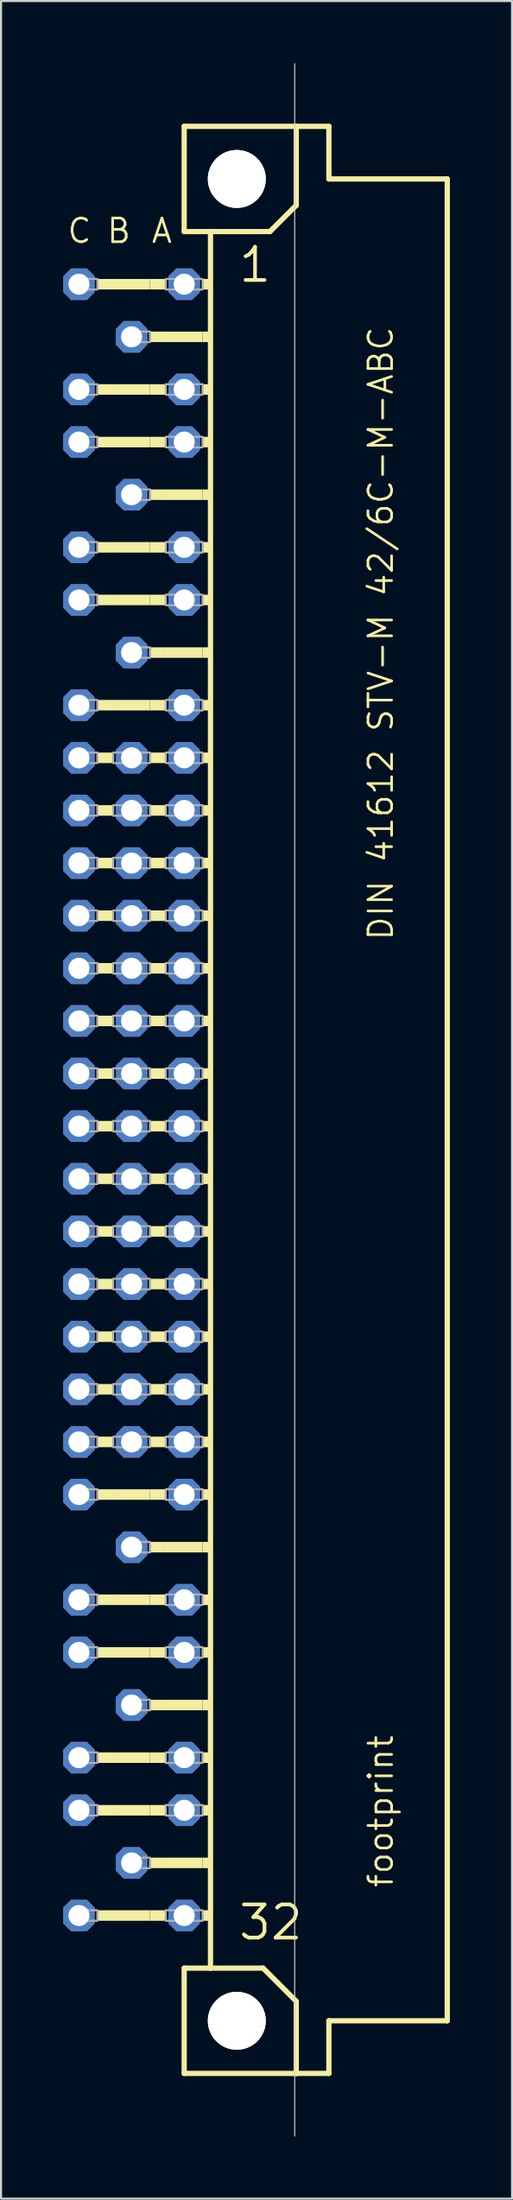
<source format=kicad_pcb>
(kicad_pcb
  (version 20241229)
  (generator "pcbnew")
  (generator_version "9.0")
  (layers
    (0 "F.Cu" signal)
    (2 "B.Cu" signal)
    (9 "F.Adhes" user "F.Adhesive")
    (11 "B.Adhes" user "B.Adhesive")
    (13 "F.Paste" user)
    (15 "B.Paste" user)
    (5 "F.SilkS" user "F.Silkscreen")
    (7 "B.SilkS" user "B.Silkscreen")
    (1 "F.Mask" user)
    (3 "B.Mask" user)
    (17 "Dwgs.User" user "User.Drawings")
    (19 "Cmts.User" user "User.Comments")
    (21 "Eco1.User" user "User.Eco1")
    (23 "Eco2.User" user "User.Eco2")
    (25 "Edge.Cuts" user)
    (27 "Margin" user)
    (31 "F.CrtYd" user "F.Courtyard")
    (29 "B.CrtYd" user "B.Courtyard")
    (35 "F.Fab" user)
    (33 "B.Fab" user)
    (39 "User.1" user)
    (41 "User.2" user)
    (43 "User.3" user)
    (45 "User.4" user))
  (footprint "footprint"
    (layer "F.Cu")
    (at 8.382 50.038)
    (property "Reference" "footprint" (at 7.62 38.1 90) (layer "F.SilkS") (effects (font (size 1.143 1.143) (thickness 0.127)) (justify left bottom)))
    (fp_line (start -2.54 -46.99) (end -2.54 -41.91) (stroke (width 0.254) (type solid)) (layer "F.SilkS"))
    (fp_line (start -2.54 -41.91) (end -1.27 -41.91) (stroke (width 0.254) (type solid)) (layer "F.SilkS"))
    (fp_line (start -2.54 41.91) (end -2.54 46.99) (stroke (width 0.254) (type solid)) (layer "F.SilkS"))
    (fp_line (start -2.54 41.91) (end -1.27 41.91) (stroke (width 0.254) (type solid)) (layer "F.SilkS"))
    (fp_line (start -2.54 46.99) (end 2.87 46.99) (stroke (width 0.254) (type solid)) (layer "F.SilkS"))
    (fp_line (start -1.27 -41.91) (end -1.27 41.91) (stroke (width 0.254) (type solid)) (layer "F.SilkS"))
    (fp_line (start -1.27 -41.91) (end 1.6 -41.91) (stroke (width 0.254) (type solid)) (layer "F.SilkS"))
    (fp_line (start -1.27 41.91) (end 1.27 41.91) (stroke (width 0.254) (type solid)) (layer "F.SilkS"))
    (fp_line (start 1.6 -41.91) (end 2.87 -43.18) (stroke (width 0.254) (type solid)) (layer "F.SilkS"))
    (fp_line (start 2.87 -46.99) (end -2.54 -46.99) (stroke (width 0.254) (type solid)) (layer "F.SilkS"))
    (fp_line (start 2.87 -43.18) (end 2.87 -46.99) (stroke (width 0.254) (type solid)) (layer "F.SilkS"))
    (fp_line (start 2.87 43.51) (end 1.27 41.91) (stroke (width 0.254) (type solid)) (layer "F.SilkS"))
    (fp_line (start 2.87 43.51) (end 2.87 46.99) (stroke (width 0.254) (type solid)) (layer "F.SilkS"))
    (fp_line (start 2.87 46.99) (end 4.445 46.99) (stroke (width 0.254) (type solid)) (layer "F.SilkS"))
    (fp_line (start 4.445 -46.99) (end 2.87 -46.99) (stroke (width 0.254) (type solid)) (layer "F.SilkS"))
    (fp_line (start 4.445 -44.45) (end 4.445 -46.99) (stroke (width 0.254) (type solid)) (layer "F.SilkS"))
    (fp_line (start 4.445 44.45) (end 10.16 44.45) (stroke (width 0.254) (type solid)) (layer "F.SilkS"))
    (fp_line (start 4.445 46.99) (end 4.445 44.45) (stroke (width 0.254) (type solid)) (layer "F.SilkS"))
    (fp_line (start 10.16 -44.45) (end 4.445 -44.45) (stroke (width 0.254) (type solid)) (layer "F.SilkS"))
    (fp_line (start 10.16 44.45) (end 10.16 -44.45) (stroke (width 0.254) (type solid)) (layer "F.SilkS"))
    (fp_circle (center 0 -44.45) (end 1.27 -44.45) (stroke (width 0.254) (type solid)) (fill no) (layer "F.SilkS"))
    (fp_circle (center 0 44.45) (end 1.27 44.45) (stroke (width 0.254) (type solid)) (fill no) (layer "F.SilkS"))
    (fp_poly (pts (xy -6.731 -39.116) (xy -5.969 -39.116) (xy -5.969 -39.624) (xy -6.731 -39.624)) (stroke (width 0) (type solid)) (fill yes) (layer "F.SilkS"))
    (fp_poly (pts (xy -6.731 -34.036) (xy -5.969 -34.036) (xy -5.969 -34.544) (xy -6.731 -34.544)) (stroke (width 0) (type solid)) (fill yes) (layer "F.SilkS"))
    (fp_poly (pts (xy -6.731 -31.496) (xy -5.969 -31.496) (xy -5.969 -32.004) (xy -6.731 -32.004)) (stroke (width 0) (type solid)) (fill yes) (layer "F.SilkS"))
    (fp_poly (pts (xy -6.731 -26.416) (xy -5.969 -26.416) (xy -5.969 -26.924) (xy -6.731 -26.924)) (stroke (width 0) (type solid)) (fill yes) (layer "F.SilkS"))
    (fp_poly (pts (xy -6.731 -23.876) (xy -5.969 -23.876) (xy -5.969 -24.384) (xy -6.731 -24.384)) (stroke (width 0) (type solid)) (fill yes) (layer "F.SilkS"))
    (fp_poly (pts (xy -6.731 -18.796) (xy -5.969 -18.796) (xy -5.969 -19.304) (xy -6.731 -19.304)) (stroke (width 0) (type solid)) (fill yes) (layer "F.SilkS"))
    (fp_poly (pts (xy -6.731 -16.256) (xy -5.969 -16.256) (xy -5.969 -16.764) (xy -6.731 -16.764)) (stroke (width 0) (type solid)) (fill yes) (layer "F.SilkS"))
    (fp_poly (pts (xy -6.731 -13.716) (xy -5.969 -13.716) (xy -5.969 -14.224) (xy -6.731 -14.224)) (stroke (width 0) (type solid)) (fill yes) (layer "F.SilkS"))
    (fp_poly (pts (xy -6.731 -11.176) (xy -5.969 -11.176) (xy -5.969 -11.684) (xy -6.731 -11.684)) (stroke (width 0) (type solid)) (fill yes) (layer "F.SilkS"))
    (fp_poly (pts (xy -6.731 -8.636) (xy -5.969 -8.636) (xy -5.969 -9.144) (xy -6.731 -9.144)) (stroke (width 0) (type solid)) (fill yes) (layer "F.SilkS"))
    (fp_poly (pts (xy -6.731 -6.096) (xy -5.969 -6.096) (xy -5.969 -6.604) (xy -6.731 -6.604)) (stroke (width 0) (type solid)) (fill yes) (layer "F.SilkS"))
    (fp_poly (pts (xy -6.731 -3.556) (xy -5.969 -3.556) (xy -5.969 -4.064) (xy -6.731 -4.064)) (stroke (width 0) (type solid)) (fill yes) (layer "F.SilkS"))
    (fp_poly (pts (xy -6.731 -1.016) (xy -5.969 -1.016) (xy -5.969 -1.524) (xy -6.731 -1.524)) (stroke (width 0) (type solid)) (fill yes) (layer "F.SilkS"))
    (fp_poly (pts (xy -6.731 1.524) (xy -5.969 1.524) (xy -5.969 1.016) (xy -6.731 1.016)) (stroke (width 0) (type solid)) (fill yes) (layer "F.SilkS"))
    (fp_poly (pts (xy -6.731 4.064) (xy -5.969 4.064) (xy -5.969 3.556) (xy -6.731 3.556)) (stroke (width 0) (type solid)) (fill yes) (layer "F.SilkS"))
    (fp_poly (pts (xy -6.731 6.604) (xy -5.969 6.604) (xy -5.969 6.096) (xy -6.731 6.096)) (stroke (width 0) (type solid)) (fill yes) (layer "F.SilkS"))
    (fp_poly (pts (xy -6.731 9.144) (xy -5.969 9.144) (xy -5.969 8.636) (xy -6.731 8.636)) (stroke (width 0) (type solid)) (fill yes) (layer "F.SilkS"))
    (fp_poly (pts (xy -6.731 11.684) (xy -5.969 11.684) (xy -5.969 11.176) (xy -6.731 11.176)) (stroke (width 0) (type solid)) (fill yes) (layer "F.SilkS"))
    (fp_poly (pts (xy -6.731 14.224) (xy -5.969 14.224) (xy -5.969 13.716) (xy -6.731 13.716)) (stroke (width 0) (type solid)) (fill yes) (layer "F.SilkS"))
    (fp_poly (pts (xy -6.731 16.764) (xy -5.969 16.764) (xy -5.969 16.256) (xy -6.731 16.256)) (stroke (width 0) (type solid)) (fill yes) (layer "F.SilkS"))
    (fp_poly (pts (xy -6.731 19.304) (xy -5.969 19.304) (xy -5.969 18.796) (xy -6.731 18.796)) (stroke (width 0) (type solid)) (fill yes) (layer "F.SilkS"))
    (fp_poly (pts (xy -6.731 24.384) (xy -5.969 24.384) (xy -5.969 23.876) (xy -6.731 23.876)) (stroke (width 0) (type solid)) (fill yes) (layer "F.SilkS"))
    (fp_poly (pts (xy -6.731 26.924) (xy -5.969 26.924) (xy -5.969 26.416) (xy -6.731 26.416)) (stroke (width 0) (type solid)) (fill yes) (layer "F.SilkS"))
    (fp_poly (pts (xy -6.731 32.004) (xy -5.969 32.004) (xy -5.969 31.496) (xy -6.731 31.496)) (stroke (width 0) (type solid)) (fill yes) (layer "F.SilkS"))
    (fp_poly (pts (xy -6.731 34.544) (xy -5.969 34.544) (xy -5.969 34.036) (xy -6.731 34.036)) (stroke (width 0) (type solid)) (fill yes) (layer "F.SilkS"))
    (fp_poly (pts (xy -6.731 39.624) (xy -5.969 39.624) (xy -5.969 39.116) (xy -6.731 39.116)) (stroke (width 0) (type solid)) (fill yes) (layer "F.SilkS"))
    (fp_poly (pts (xy -5.969 -39.116) (xy -4.191 -39.116) (xy -4.191 -39.624) (xy -5.969 -39.624)) (stroke (width 0) (type solid)) (fill yes) (layer "F.SilkS"))
    (fp_poly (pts (xy -5.969 -34.036) (xy -4.191 -34.036) (xy -4.191 -34.544) (xy -5.969 -34.544)) (stroke (width 0) (type solid)) (fill yes) (layer "F.SilkS"))
    (fp_poly (pts (xy -5.969 -31.496) (xy -4.191 -31.496) (xy -4.191 -32.004) (xy -5.969 -32.004)) (stroke (width 0) (type solid)) (fill yes) (layer "F.SilkS"))
    (fp_poly (pts (xy -5.969 -26.416) (xy -4.191 -26.416) (xy -4.191 -26.924) (xy -5.969 -26.924)) (stroke (width 0) (type solid)) (fill yes) (layer "F.SilkS"))
    (fp_poly (pts (xy -5.969 -23.876) (xy -4.191 -23.876) (xy -4.191 -24.384) (xy -5.969 -24.384)) (stroke (width 0) (type solid)) (fill yes) (layer "F.SilkS"))
    (fp_poly (pts (xy -5.969 -18.796) (xy -4.191 -18.796) (xy -4.191 -19.304) (xy -5.969 -19.304)) (stroke (width 0) (type solid)) (fill yes) (layer "F.SilkS"))
    (fp_poly (pts (xy -5.969 19.304) (xy -4.191 19.304) (xy -4.191 18.796) (xy -5.969 18.796)) (stroke (width 0) (type solid)) (fill yes) (layer "F.SilkS"))
    (fp_poly (pts (xy -5.969 24.384) (xy -4.191 24.384) (xy -4.191 23.876) (xy -5.969 23.876)) (stroke (width 0) (type solid)) (fill yes) (layer "F.SilkS"))
    (fp_poly (pts (xy -5.969 26.924) (xy -4.191 26.924) (xy -4.191 26.416) (xy -5.969 26.416)) (stroke (width 0) (type solid)) (fill yes) (layer "F.SilkS"))
    (fp_poly (pts (xy -5.969 32.004) (xy -4.191 32.004) (xy -4.191 31.496) (xy -5.969 31.496)) (stroke (width 0) (type solid)) (fill yes) (layer "F.SilkS"))
    (fp_poly (pts (xy -5.969 34.544) (xy -4.191 34.544) (xy -4.191 34.036) (xy -5.969 34.036)) (stroke (width 0) (type solid)) (fill yes) (layer "F.SilkS"))
    (fp_poly (pts (xy -5.969 39.624) (xy -4.191 39.624) (xy -4.191 39.116) (xy -5.969 39.116)) (stroke (width 0) (type solid)) (fill yes) (layer "F.SilkS"))
    (fp_poly (pts (xy -4.191 -39.116) (xy -3.429 -39.116) (xy -3.429 -39.624) (xy -4.191 -39.624)) (stroke (width 0) (type solid)) (fill yes) (layer "F.SilkS"))
    (fp_poly (pts (xy -4.191 -36.576) (xy -3.429 -36.576) (xy -3.429 -37.084) (xy -4.191 -37.084)) (stroke (width 0) (type solid)) (fill yes) (layer "F.SilkS"))
    (fp_poly (pts (xy -4.191 -34.036) (xy -3.429 -34.036) (xy -3.429 -34.544) (xy -4.191 -34.544)) (stroke (width 0) (type solid)) (fill yes) (layer "F.SilkS"))
    (fp_poly (pts (xy -4.191 -31.496) (xy -3.429 -31.496) (xy -3.429 -32.004) (xy -4.191 -32.004)) (stroke (width 0) (type solid)) (fill yes) (layer "F.SilkS"))
    (fp_poly (pts (xy -4.191 -28.956) (xy -3.429 -28.956) (xy -3.429 -29.464) (xy -4.191 -29.464)) (stroke (width 0) (type solid)) (fill yes) (layer "F.SilkS"))
    (fp_poly (pts (xy -4.191 -26.416) (xy -3.429 -26.416) (xy -3.429 -26.924) (xy -4.191 -26.924)) (stroke (width 0) (type solid)) (fill yes) (layer "F.SilkS"))
    (fp_poly (pts (xy -4.191 -23.876) (xy -3.429 -23.876) (xy -3.429 -24.384) (xy -4.191 -24.384)) (stroke (width 0) (type solid)) (fill yes) (layer "F.SilkS"))
    (fp_poly (pts (xy -4.191 -21.336) (xy -3.429 -21.336) (xy -3.429 -21.844) (xy -4.191 -21.844)) (stroke (width 0) (type solid)) (fill yes) (layer "F.SilkS"))
    (fp_poly (pts (xy -4.191 -18.796) (xy -3.429 -18.796) (xy -3.429 -19.304) (xy -4.191 -19.304)) (stroke (width 0) (type solid)) (fill yes) (layer "F.SilkS"))
    (fp_poly (pts (xy -4.191 -16.256) (xy -3.429 -16.256) (xy -3.429 -16.764) (xy -4.191 -16.764)) (stroke (width 0) (type solid)) (fill yes) (layer "F.SilkS"))
    (fp_poly (pts (xy -4.191 -13.716) (xy -3.429 -13.716) (xy -3.429 -14.224) (xy -4.191 -14.224)) (stroke (width 0) (type solid)) (fill yes) (layer "F.SilkS"))
    (fp_poly (pts (xy -4.191 -11.176) (xy -3.429 -11.176) (xy -3.429 -11.684) (xy -4.191 -11.684)) (stroke (width 0) (type solid)) (fill yes) (layer "F.SilkS"))
    (fp_poly (pts (xy -4.191 -8.636) (xy -3.429 -8.636) (xy -3.429 -9.144) (xy -4.191 -9.144)) (stroke (width 0) (type solid)) (fill yes) (layer "F.SilkS"))
    (fp_poly (pts (xy -4.191 -6.096) (xy -3.429 -6.096) (xy -3.429 -6.604) (xy -4.191 -6.604)) (stroke (width 0) (type solid)) (fill yes) (layer "F.SilkS"))
    (fp_poly (pts (xy -4.191 -3.556) (xy -3.429 -3.556) (xy -3.429 -4.064) (xy -4.191 -4.064)) (stroke (width 0) (type solid)) (fill yes) (layer "F.SilkS"))
    (fp_poly (pts (xy -4.191 -1.016) (xy -3.429 -1.016) (xy -3.429 -1.524) (xy -4.191 -1.524)) (stroke (width 0) (type solid)) (fill yes) (layer "F.SilkS"))
    (fp_poly (pts (xy -4.191 1.524) (xy -3.429 1.524) (xy -3.429 1.016) (xy -4.191 1.016)) (stroke (width 0) (type solid)) (fill yes) (layer "F.SilkS"))
    (fp_poly (pts (xy -4.191 4.064) (xy -3.429 4.064) (xy -3.429 3.556) (xy -4.191 3.556)) (stroke (width 0) (type solid)) (fill yes) (layer "F.SilkS"))
    (fp_poly (pts (xy -4.191 6.604) (xy -3.429 6.604) (xy -3.429 6.096) (xy -4.191 6.096)) (stroke (width 0) (type solid)) (fill yes) (layer "F.SilkS"))
    (fp_poly (pts (xy -4.191 9.144) (xy -3.429 9.144) (xy -3.429 8.636) (xy -4.191 8.636)) (stroke (width 0) (type solid)) (fill yes) (layer "F.SilkS"))
    (fp_poly (pts (xy -4.191 11.684) (xy -3.429 11.684) (xy -3.429 11.176) (xy -4.191 11.176)) (stroke (width 0) (type solid)) (fill yes) (layer "F.SilkS"))
    (fp_poly (pts (xy -4.191 14.224) (xy -3.429 14.224) (xy -3.429 13.716) (xy -4.191 13.716)) (stroke (width 0) (type solid)) (fill yes) (layer "F.SilkS"))
    (fp_poly (pts (xy -4.191 16.764) (xy -3.429 16.764) (xy -3.429 16.256) (xy -4.191 16.256)) (stroke (width 0) (type solid)) (fill yes) (layer "F.SilkS"))
    (fp_poly (pts (xy -4.191 19.304) (xy -3.429 19.304) (xy -3.429 18.796) (xy -4.191 18.796)) (stroke (width 0) (type solid)) (fill yes) (layer "F.SilkS"))
    (fp_poly (pts (xy -4.191 21.844) (xy -3.429 21.844) (xy -3.429 21.336) (xy -4.191 21.336)) (stroke (width 0) (type solid)) (fill yes) (layer "F.SilkS"))
    (fp_poly (pts (xy -4.191 24.384) (xy -3.429 24.384) (xy -3.429 23.876) (xy -4.191 23.876)) (stroke (width 0) (type solid)) (fill yes) (layer "F.SilkS"))
    (fp_poly (pts (xy -4.191 26.924) (xy -3.429 26.924) (xy -3.429 26.416) (xy -4.191 26.416)) (stroke (width 0) (type solid)) (fill yes) (layer "F.SilkS"))
    (fp_poly (pts (xy -4.191 29.464) (xy -3.429 29.464) (xy -3.429 28.956) (xy -4.191 28.956)) (stroke (width 0) (type solid)) (fill yes) (layer "F.SilkS"))
    (fp_poly (pts (xy -4.191 32.004) (xy -3.429 32.004) (xy -3.429 31.496) (xy -4.191 31.496)) (stroke (width 0) (type solid)) (fill yes) (layer "F.SilkS"))
    (fp_poly (pts (xy -4.191 34.544) (xy -3.429 34.544) (xy -3.429 34.036) (xy -4.191 34.036)) (stroke (width 0) (type solid)) (fill yes) (layer "F.SilkS"))
    (fp_poly (pts (xy -4.191 37.084) (xy -3.429 37.084) (xy -3.429 36.576) (xy -4.191 36.576)) (stroke (width 0) (type solid)) (fill yes) (layer "F.SilkS"))
    (fp_poly (pts (xy -4.191 39.624) (xy -3.429 39.624) (xy -3.429 39.116) (xy -4.191 39.116)) (stroke (width 0) (type solid)) (fill yes) (layer "F.SilkS"))
    (fp_poly (pts (xy -3.429 -36.576) (xy -1.651 -36.576) (xy -1.651 -37.084) (xy -3.429 -37.084)) (stroke (width 0) (type solid)) (fill yes) (layer "F.SilkS"))
    (fp_poly (pts (xy -3.429 -28.956) (xy -1.651 -28.956) (xy -1.651 -29.464) (xy -3.429 -29.464)) (stroke (width 0) (type solid)) (fill yes) (layer "F.SilkS"))
    (fp_poly (pts (xy -3.429 -21.336) (xy -1.651 -21.336) (xy -1.651 -21.844) (xy -3.429 -21.844)) (stroke (width 0) (type solid)) (fill yes) (layer "F.SilkS"))
    (fp_poly (pts (xy -3.429 21.844) (xy -1.651 21.844) (xy -1.651 21.336) (xy -3.429 21.336)) (stroke (width 0) (type solid)) (fill yes) (layer "F.SilkS"))
    (fp_poly (pts (xy -3.429 29.464) (xy -1.651 29.464) (xy -1.651 28.956) (xy -3.429 28.956)) (stroke (width 0) (type solid)) (fill yes) (layer "F.SilkS"))
    (fp_poly (pts (xy -3.429 37.084) (xy -1.651 37.084) (xy -1.651 36.576) (xy -3.429 36.576)) (stroke (width 0) (type solid)) (fill yes) (layer "F.SilkS"))
    (fp_poly (pts (xy -1.651 -39.116) (xy -1.27 -39.116) (xy -1.27 -39.624) (xy -1.651 -39.624)) (stroke (width 0) (type solid)) (fill yes) (layer "F.SilkS"))
    (fp_poly (pts (xy -1.651 -36.576) (xy -1.27 -36.576) (xy -1.27 -37.084) (xy -1.651 -37.084)) (stroke (width 0) (type solid)) (fill yes) (layer "F.SilkS"))
    (fp_poly (pts (xy -1.651 -34.036) (xy -1.27 -34.036) (xy -1.27 -34.544) (xy -1.651 -34.544)) (stroke (width 0) (type solid)) (fill yes) (layer "F.SilkS"))
    (fp_poly (pts (xy -1.651 -31.496) (xy -1.27 -31.496) (xy -1.27 -32.004) (xy -1.651 -32.004)) (stroke (width 0) (type solid)) (fill yes) (layer "F.SilkS"))
    (fp_poly (pts (xy -1.651 -28.956) (xy -1.27 -28.956) (xy -1.27 -29.464) (xy -1.651 -29.464)) (stroke (width 0) (type solid)) (fill yes) (layer "F.SilkS"))
    (fp_poly (pts (xy -1.651 -26.416) (xy -1.27 -26.416) (xy -1.27 -26.924) (xy -1.651 -26.924)) (stroke (width 0) (type solid)) (fill yes) (layer "F.SilkS"))
    (fp_poly (pts (xy -1.651 -23.876) (xy -1.27 -23.876) (xy -1.27 -24.384) (xy -1.651 -24.384)) (stroke (width 0) (type solid)) (fill yes) (layer "F.SilkS"))
    (fp_poly (pts (xy -1.651 -21.336) (xy -1.27 -21.336) (xy -1.27 -21.844) (xy -1.651 -21.844)) (stroke (width 0) (type solid)) (fill yes) (layer "F.SilkS"))
    (fp_poly (pts (xy -1.651 -18.796) (xy -1.27 -18.796) (xy -1.27 -19.304) (xy -1.651 -19.304)) (stroke (width 0) (type solid)) (fill yes) (layer "F.SilkS"))
    (fp_poly (pts (xy -1.651 -16.256) (xy -1.27 -16.256) (xy -1.27 -16.764) (xy -1.651 -16.764)) (stroke (width 0) (type solid)) (fill yes) (layer "F.SilkS"))
    (fp_poly (pts (xy -1.651 -13.716) (xy -1.27 -13.716) (xy -1.27 -14.224) (xy -1.651 -14.224)) (stroke (width 0) (type solid)) (fill yes) (layer "F.SilkS"))
    (fp_poly (pts (xy -1.651 -11.176) (xy -1.27 -11.176) (xy -1.27 -11.684) (xy -1.651 -11.684)) (stroke (width 0) (type solid)) (fill yes) (layer "F.SilkS"))
    (fp_poly (pts (xy -1.651 -8.636) (xy -1.27 -8.636) (xy -1.27 -9.144) (xy -1.651 -9.144)) (stroke (width 0) (type solid)) (fill yes) (layer "F.SilkS"))
    (fp_poly (pts (xy -1.651 -6.096) (xy -1.27 -6.096) (xy -1.27 -6.604) (xy -1.651 -6.604)) (stroke (width 0) (type solid)) (fill yes) (layer "F.SilkS"))
    (fp_poly (pts (xy -1.651 -3.556) (xy -1.27 -3.556) (xy -1.27 -4.064) (xy -1.651 -4.064)) (stroke (width 0) (type solid)) (fill yes) (layer "F.SilkS"))
    (fp_poly (pts (xy -1.651 -1.016) (xy -1.27 -1.016) (xy -1.27 -1.524) (xy -1.651 -1.524)) (stroke (width 0) (type solid)) (fill yes) (layer "F.SilkS"))
    (fp_poly (pts (xy -1.651 1.524) (xy -1.27 1.524) (xy -1.27 1.016) (xy -1.651 1.016)) (stroke (width 0) (type solid)) (fill yes) (layer "F.SilkS"))
    (fp_poly (pts (xy -1.651 4.064) (xy -1.27 4.064) (xy -1.27 3.556) (xy -1.651 3.556)) (stroke (width 0) (type solid)) (fill yes) (layer "F.SilkS"))
    (fp_poly (pts (xy -1.651 6.604) (xy -1.27 6.604) (xy -1.27 6.096) (xy -1.651 6.096)) (stroke (width 0) (type solid)) (fill yes) (layer "F.SilkS"))
    (fp_poly (pts (xy -1.651 9.144) (xy -1.27 9.144) (xy -1.27 8.636) (xy -1.651 8.636)) (stroke (width 0) (type solid)) (fill yes) (layer "F.SilkS"))
    (fp_poly (pts (xy -1.651 11.684) (xy -1.27 11.684) (xy -1.27 11.176) (xy -1.651 11.176)) (stroke (width 0) (type solid)) (fill yes) (layer "F.SilkS"))
    (fp_poly (pts (xy -1.651 14.224) (xy -1.27 14.224) (xy -1.27 13.716) (xy -1.651 13.716)) (stroke (width 0) (type solid)) (fill yes) (layer "F.SilkS"))
    (fp_poly (pts (xy -1.651 16.764) (xy -1.27 16.764) (xy -1.27 16.256) (xy -1.651 16.256)) (stroke (width 0) (type solid)) (fill yes) (layer "F.SilkS"))
    (fp_poly (pts (xy -1.651 19.304) (xy -1.27 19.304) (xy -1.27 18.796) (xy -1.651 18.796)) (stroke (width 0) (type solid)) (fill yes) (layer "F.SilkS"))
    (fp_poly (pts (xy -1.651 21.844) (xy -1.27 21.844) (xy -1.27 21.336) (xy -1.651 21.336)) (stroke (width 0) (type solid)) (fill yes) (layer "F.SilkS"))
    (fp_poly (pts (xy -1.651 24.384) (xy -1.27 24.384) (xy -1.27 23.876) (xy -1.651 23.876)) (stroke (width 0) (type solid)) (fill yes) (layer "F.SilkS"))
    (fp_poly (pts (xy -1.651 26.924) (xy -1.27 26.924) (xy -1.27 26.416) (xy -1.651 26.416)) (stroke (width 0) (type solid)) (fill yes) (layer "F.SilkS"))
    (fp_poly (pts (xy -1.651 29.464) (xy -1.27 29.464) (xy -1.27 28.956) (xy -1.651 28.956)) (stroke (width 0) (type solid)) (fill yes) (layer "F.SilkS"))
    (fp_poly (pts (xy -1.651 32.004) (xy -1.27 32.004) (xy -1.27 31.496) (xy -1.651 31.496)) (stroke (width 0) (type solid)) (fill yes) (layer "F.SilkS"))
    (fp_poly (pts (xy -1.651 34.544) (xy -1.27 34.544) (xy -1.27 34.036) (xy -1.651 34.036)) (stroke (width 0) (type solid)) (fill yes) (layer "F.SilkS"))
    (fp_poly (pts (xy -1.651 37.084) (xy -1.27 37.084) (xy -1.27 36.576) (xy -1.651 36.576)) (stroke (width 0) (type solid)) (fill yes) (layer "F.SilkS"))
    (fp_poly (pts (xy -1.651 39.624) (xy -1.27 39.624) (xy -1.27 39.116) (xy -1.651 39.116)) (stroke (width 0) (type solid)) (fill yes) (layer "F.SilkS"))
    (fp_line (start 2.794 50.013) (end 2.794 -50.013) (stroke (width 0.05) (type solid)) (layer "Edge.Cuts"))
    (fp_poly (pts (xy -7.874 -39.116) (xy -6.731 -39.116) (xy -6.731 -39.624) (xy -7.874 -39.624)) (stroke (width 0.1) (type solid)) (fill no) (layer "F.Fab"))
    (fp_poly (pts (xy -7.874 -34.036) (xy -6.731 -34.036) (xy -6.731 -34.544) (xy -7.874 -34.544)) (stroke (width 0.1) (type solid)) (fill no) (layer "F.Fab"))
    (fp_poly (pts (xy -7.874 -31.496) (xy -6.731 -31.496) (xy -6.731 -32.004) (xy -7.874 -32.004)) (stroke (width 0.1) (type solid)) (fill no) (layer "F.Fab"))
    (fp_poly (pts (xy -7.874 -26.416) (xy -6.731 -26.416) (xy -6.731 -26.924) (xy -7.874 -26.924)) (stroke (width 0.1) (type solid)) (fill no) (layer "F.Fab"))
    (fp_poly (pts (xy -7.874 -23.876) (xy -6.731 -23.876) (xy -6.731 -24.384) (xy -7.874 -24.384)) (stroke (width 0.1) (type solid)) (fill no) (layer "F.Fab"))
    (fp_poly (pts (xy -7.874 -18.796) (xy -6.731 -18.796) (xy -6.731 -19.304) (xy -7.874 -19.304)) (stroke (width 0.1) (type solid)) (fill no) (layer "F.Fab"))
    (fp_poly (pts (xy -7.874 -16.256) (xy -6.731 -16.256) (xy -6.731 -16.764) (xy -7.874 -16.764)) (stroke (width 0.1) (type solid)) (fill no) (layer "F.Fab"))
    (fp_poly (pts (xy -7.874 -13.716) (xy -6.731 -13.716) (xy -6.731 -14.224) (xy -7.874 -14.224)) (stroke (width 0.1) (type solid)) (fill no) (layer "F.Fab"))
    (fp_poly (pts (xy -7.874 -11.176) (xy -6.731 -11.176) (xy -6.731 -11.684) (xy -7.874 -11.684)) (stroke (width 0.1) (type solid)) (fill no) (layer "F.Fab"))
    (fp_poly (pts (xy -7.874 -8.636) (xy -6.731 -8.636) (xy -6.731 -9.144) (xy -7.874 -9.144)) (stroke (width 0.1) (type solid)) (fill no) (layer "F.Fab"))
    (fp_poly (pts (xy -7.874 -6.096) (xy -6.731 -6.096) (xy -6.731 -6.604) (xy -7.874 -6.604)) (stroke (width 0.1) (type solid)) (fill no) (layer "F.Fab"))
    (fp_poly (pts (xy -7.874 -3.556) (xy -6.731 -3.556) (xy -6.731 -4.064) (xy -7.874 -4.064)) (stroke (width 0.1) (type solid)) (fill no) (layer "F.Fab"))
    (fp_poly (pts (xy -7.874 -1.016) (xy -6.731 -1.016) (xy -6.731 -1.524) (xy -7.874 -1.524)) (stroke (width 0.1) (type solid)) (fill no) (layer "F.Fab"))
    (fp_poly (pts (xy -7.874 1.524) (xy -6.731 1.524) (xy -6.731 1.016) (xy -7.874 1.016)) (stroke (width 0.1) (type solid)) (fill no) (layer "F.Fab"))
    (fp_poly (pts (xy -7.874 4.064) (xy -6.731 4.064) (xy -6.731 3.556) (xy -7.874 3.556)) (stroke (width 0.1) (type solid)) (fill no) (layer "F.Fab"))
    (fp_poly (pts (xy -7.874 6.604) (xy -6.731 6.604) (xy -6.731 6.096) (xy -7.874 6.096)) (stroke (width 0.1) (type solid)) (fill no) (layer "F.Fab"))
    (fp_poly (pts (xy -7.874 9.144) (xy -6.731 9.144) (xy -6.731 8.636) (xy -7.874 8.636)) (stroke (width 0.1) (type solid)) (fill no) (layer "F.Fab"))
    (fp_poly (pts (xy -7.874 11.684) (xy -6.731 11.684) (xy -6.731 11.176) (xy -7.874 11.176)) (stroke (width 0.1) (type solid)) (fill no) (layer "F.Fab"))
    (fp_poly (pts (xy -7.874 14.224) (xy -6.731 14.224) (xy -6.731 13.716) (xy -7.874 13.716)) (stroke (width 0.1) (type solid)) (fill no) (layer "F.Fab"))
    (fp_poly (pts (xy -7.874 16.764) (xy -6.731 16.764) (xy -6.731 16.256) (xy -7.874 16.256)) (stroke (width 0.1) (type solid)) (fill no) (layer "F.Fab"))
    (fp_poly (pts (xy -7.874 19.304) (xy -6.731 19.304) (xy -6.731 18.796) (xy -7.874 18.796)) (stroke (width 0.1) (type solid)) (fill no) (layer "F.Fab"))
    (fp_poly (pts (xy -7.874 24.384) (xy -6.731 24.384) (xy -6.731 23.876) (xy -7.874 23.876)) (stroke (width 0.1) (type solid)) (fill no) (layer "F.Fab"))
    (fp_poly (pts (xy -7.874 26.924) (xy -6.731 26.924) (xy -6.731 26.416) (xy -7.874 26.416)) (stroke (width 0.1) (type solid)) (fill no) (layer "F.Fab"))
    (fp_poly (pts (xy -7.874 32.004) (xy -6.731 32.004) (xy -6.731 31.496) (xy -7.874 31.496)) (stroke (width 0.1) (type solid)) (fill no) (layer "F.Fab"))
    (fp_poly (pts (xy -7.874 34.544) (xy -6.731 34.544) (xy -6.731 34.036) (xy -7.874 34.036)) (stroke (width 0.1) (type solid)) (fill no) (layer "F.Fab"))
    (fp_poly (pts (xy -7.874 39.624) (xy -6.731 39.624) (xy -6.731 39.116) (xy -7.874 39.116)) (stroke (width 0.1) (type solid)) (fill no) (layer "F.Fab"))
    (fp_poly (pts (xy -5.969 -16.256) (xy -4.191 -16.256) (xy -4.191 -16.764) (xy -5.969 -16.764)) (stroke (width 0.1) (type solid)) (fill no) (layer "F.Fab"))
    (fp_poly (pts (xy -5.969 -13.716) (xy -4.191 -13.716) (xy -4.191 -14.224) (xy -5.969 -14.224)) (stroke (width 0.1) (type solid)) (fill no) (layer "F.Fab"))
    (fp_poly (pts (xy -5.969 -11.176) (xy -4.191 -11.176) (xy -4.191 -11.684) (xy -5.969 -11.684)) (stroke (width 0.1) (type solid)) (fill no) (layer "F.Fab"))
    (fp_poly (pts (xy -5.969 -8.636) (xy -4.191 -8.636) (xy -4.191 -9.144) (xy -5.969 -9.144)) (stroke (width 0.1) (type solid)) (fill no) (layer "F.Fab"))
    (fp_poly (pts (xy -5.969 -6.096) (xy -4.191 -6.096) (xy -4.191 -6.604) (xy -5.969 -6.604)) (stroke (width 0.1) (type solid)) (fill no) (layer "F.Fab"))
    (fp_poly (pts (xy -5.969 -3.556) (xy -4.191 -3.556) (xy -4.191 -4.064) (xy -5.969 -4.064)) (stroke (width 0.1) (type solid)) (fill no) (layer "F.Fab"))
    (fp_poly (pts (xy -5.969 -1.016) (xy -4.191 -1.016) (xy -4.191 -1.524) (xy -5.969 -1.524)) (stroke (width 0.1) (type solid)) (fill no) (layer "F.Fab"))
    (fp_poly (pts (xy -5.969 1.524) (xy -4.191 1.524) (xy -4.191 1.016) (xy -5.969 1.016)) (stroke (width 0.1) (type solid)) (fill no) (layer "F.Fab"))
    (fp_poly (pts (xy -5.969 4.064) (xy -4.191 4.064) (xy -4.191 3.556) (xy -5.969 3.556)) (stroke (width 0.1) (type solid)) (fill no) (layer "F.Fab"))
    (fp_poly (pts (xy -5.969 6.604) (xy -4.191 6.604) (xy -4.191 6.096) (xy -5.969 6.096)) (stroke (width 0.1) (type solid)) (fill no) (layer "F.Fab"))
    (fp_poly (pts (xy -5.969 9.144) (xy -4.191 9.144) (xy -4.191 8.636) (xy -5.969 8.636)) (stroke (width 0.1) (type solid)) (fill no) (layer "F.Fab"))
    (fp_poly (pts (xy -5.969 11.684) (xy -4.191 11.684) (xy -4.191 11.176) (xy -5.969 11.176)) (stroke (width 0.1) (type solid)) (fill no) (layer "F.Fab"))
    (fp_poly (pts (xy -5.969 14.224) (xy -4.191 14.224) (xy -4.191 13.716) (xy -5.969 13.716)) (stroke (width 0.1) (type solid)) (fill no) (layer "F.Fab"))
    (fp_poly (pts (xy -5.969 16.764) (xy -4.191 16.764) (xy -4.191 16.256) (xy -5.969 16.256)) (stroke (width 0.1) (type solid)) (fill no) (layer "F.Fab"))
    (fp_poly (pts (xy -5.334 -36.576) (xy -4.191 -36.576) (xy -4.191 -37.084) (xy -5.334 -37.084)) (stroke (width 0.1) (type solid)) (fill no) (layer "F.Fab"))
    (fp_poly (pts (xy -5.334 -28.956) (xy -4.191 -28.956) (xy -4.191 -29.464) (xy -5.334 -29.464)) (stroke (width 0.1) (type solid)) (fill no) (layer "F.Fab"))
    (fp_poly (pts (xy -5.334 -21.336) (xy -4.191 -21.336) (xy -4.191 -21.844) (xy -5.334 -21.844)) (stroke (width 0.1) (type solid)) (fill no) (layer "F.Fab"))
    (fp_poly (pts (xy -5.334 21.844) (xy -4.191 21.844) (xy -4.191 21.336) (xy -5.334 21.336)) (stroke (width 0.1) (type solid)) (fill no) (layer "F.Fab"))
    (fp_poly (pts (xy -5.334 29.464) (xy -4.191 29.464) (xy -4.191 28.956) (xy -5.334 28.956)) (stroke (width 0.1) (type solid)) (fill no) (layer "F.Fab"))
    (fp_poly (pts (xy -5.334 37.084) (xy -4.191 37.084) (xy -4.191 36.576) (xy -5.334 36.576)) (stroke (width 0.1) (type solid)) (fill no) (layer "F.Fab"))
    (fp_poly (pts (xy -3.429 -39.116) (xy -1.651 -39.116) (xy -1.651 -39.624) (xy -3.429 -39.624)) (stroke (width 0.1) (type solid)) (fill no) (layer "F.Fab"))
    (fp_poly (pts (xy -3.429 -34.036) (xy -1.651 -34.036) (xy -1.651 -34.544) (xy -3.429 -34.544)) (stroke (width 0.1) (type solid)) (fill no) (layer "F.Fab"))
    (fp_poly (pts (xy -3.429 -31.496) (xy -1.651 -31.496) (xy -1.651 -32.004) (xy -3.429 -32.004)) (stroke (width 0.1) (type solid)) (fill no) (layer "F.Fab"))
    (fp_poly (pts (xy -3.429 -26.416) (xy -1.651 -26.416) (xy -1.651 -26.924) (xy -3.429 -26.924)) (stroke (width 0.1) (type solid)) (fill no) (layer "F.Fab"))
    (fp_poly (pts (xy -3.429 -23.876) (xy -1.651 -23.876) (xy -1.651 -24.384) (xy -3.429 -24.384)) (stroke (width 0.1) (type solid)) (fill no) (layer "F.Fab"))
    (fp_poly (pts (xy -3.429 -18.796) (xy -1.651 -18.796) (xy -1.651 -19.304) (xy -3.429 -19.304)) (stroke (width 0.1) (type solid)) (fill no) (layer "F.Fab"))
    (fp_poly (pts (xy -3.429 -16.256) (xy -1.651 -16.256) (xy -1.651 -16.764) (xy -3.429 -16.764)) (stroke (width 0.1) (type solid)) (fill no) (layer "F.Fab"))
    (fp_poly (pts (xy -3.429 -13.716) (xy -1.651 -13.716) (xy -1.651 -14.224) (xy -3.429 -14.224)) (stroke (width 0.1) (type solid)) (fill no) (layer "F.Fab"))
    (fp_poly (pts (xy -3.429 -11.176) (xy -1.651 -11.176) (xy -1.651 -11.684) (xy -3.429 -11.684)) (stroke (width 0.1) (type solid)) (fill no) (layer "F.Fab"))
    (fp_poly (pts (xy -3.429 -8.636) (xy -1.651 -8.636) (xy -1.651 -9.144) (xy -3.429 -9.144)) (stroke (width 0.1) (type solid)) (fill no) (layer "F.Fab"))
    (fp_poly (pts (xy -3.429 -6.096) (xy -1.651 -6.096) (xy -1.651 -6.604) (xy -3.429 -6.604)) (stroke (width 0.1) (type solid)) (fill no) (layer "F.Fab"))
    (fp_poly (pts (xy -3.429 -3.556) (xy -1.651 -3.556) (xy -1.651 -4.064) (xy -3.429 -4.064)) (stroke (width 0.1) (type solid)) (fill no) (layer "F.Fab"))
    (fp_poly (pts (xy -3.429 -1.016) (xy -1.651 -1.016) (xy -1.651 -1.524) (xy -3.429 -1.524)) (stroke (width 0.1) (type solid)) (fill no) (layer "F.Fab"))
    (fp_poly (pts (xy -3.429 1.524) (xy -1.651 1.524) (xy -1.651 1.016) (xy -3.429 1.016)) (stroke (width 0.1) (type solid)) (fill no) (layer "F.Fab"))
    (fp_poly (pts (xy -3.429 4.064) (xy -1.651 4.064) (xy -1.651 3.556) (xy -3.429 3.556)) (stroke (width 0.1) (type solid)) (fill no) (layer "F.Fab"))
    (fp_poly (pts (xy -3.429 6.604) (xy -1.651 6.604) (xy -1.651 6.096) (xy -3.429 6.096)) (stroke (width 0.1) (type solid)) (fill no) (layer "F.Fab"))
    (fp_poly (pts (xy -3.429 9.144) (xy -1.651 9.144) (xy -1.651 8.636) (xy -3.429 8.636)) (stroke (width 0.1) (type solid)) (fill no) (layer "F.Fab"))
    (fp_poly (pts (xy -3.429 11.684) (xy -1.651 11.684) (xy -1.651 11.176) (xy -3.429 11.176)) (stroke (width 0.1) (type solid)) (fill no) (layer "F.Fab"))
    (fp_poly (pts (xy -3.429 14.224) (xy -1.651 14.224) (xy -1.651 13.716) (xy -3.429 13.716)) (stroke (width 0.1) (type solid)) (fill no) (layer "F.Fab"))
    (fp_poly (pts (xy -3.429 16.764) (xy -1.651 16.764) (xy -1.651 16.256) (xy -3.429 16.256)) (stroke (width 0.1) (type solid)) (fill no) (layer "F.Fab"))
    (fp_poly (pts (xy -3.429 19.304) (xy -1.651 19.304) (xy -1.651 18.796) (xy -3.429 18.796)) (stroke (width 0.1) (type solid)) (fill no) (layer "F.Fab"))
    (fp_poly (pts (xy -3.429 24.384) (xy -1.651 24.384) (xy -1.651 23.876) (xy -3.429 23.876)) (stroke (width 0.1) (type solid)) (fill no) (layer "F.Fab"))
    (fp_poly (pts (xy -3.429 26.924) (xy -1.651 26.924) (xy -1.651 26.416) (xy -3.429 26.416)) (stroke (width 0.1) (type solid)) (fill no) (layer "F.Fab"))
    (fp_poly (pts (xy -3.429 32.004) (xy -1.651 32.004) (xy -1.651 31.496) (xy -3.429 31.496)) (stroke (width 0.1) (type solid)) (fill no) (layer "F.Fab"))
    (fp_poly (pts (xy -3.429 34.544) (xy -1.651 34.544) (xy -1.651 34.036) (xy -3.429 34.036)) (stroke (width 0.1) (type solid)) (fill no) (layer "F.Fab"))
    (fp_poly (pts (xy -3.429 39.624) (xy -1.651 39.624) (xy -1.651 39.116) (xy -3.429 39.116)) (stroke (width 0.1) (type solid)) (fill no) (layer "F.Fab"))
    (fp_text user "DIN 41612 STV-M 42/6C-M-ABC" (at 7.62 -7.62 90) (layer "F.SilkS") (effects (font (size 1.143 1.143) (thickness 0.127)) (justify left bottom)))
    (fp_text user "32" (at 0 40.64 0) (layer "F.SilkS") (effects (font (size 1.6 1.6) (thickness 0.178)) (justify left bottom)))
    (fp_text user "C" (at -8.255 -41.275 0) (layer "F.SilkS") (effects (font (size 1.143 1.143) (thickness 0.127)) (justify left bottom)))
    (fp_text user "1" (at 0 -39.37 0) (layer "F.SilkS") (effects (font (size 1.6 1.6) (thickness 0.178)) (justify left bottom)))
    (fp_text user "B" (at -6.35 -41.275 0) (layer "F.SilkS") (effects (font (size 1.143 1.143) (thickness 0.127)) (justify left bottom)))
    (fp_text user "A" (at -4.191 -41.275 0) (layer "F.SilkS") (effects (font (size 1.143 1.143) (thickness 0.127)) (justify left bottom)))
    (pad "" np_thru_hole circle (at 0 -44.45) (size 2.8 2.8) (drill 2.8) (layers "*.Cu" "*.Mask"))
    (pad "" np_thru_hole circle (at 0 44.45) (size 2.8 2.8) (drill 2.8) (layers "*.Cu" "*.Mask"))
    (pad "A1" thru_hole roundrect (at -2.54 -39.37) (size 1.524 1.524) (drill 1.016) (layers "*.Cu" "*.Mask") (roundrect_rratio 0.25) (chamfer_ratio 0.25) (chamfer top_left top_right bottom_left bottom_right))
    (pad "A3" thru_hole roundrect (at -2.54 -34.29) (size 1.524 1.524) (drill 1.016) (layers "*.Cu" "*.Mask") (roundrect_rratio 0.25) (chamfer_ratio 0.25) (chamfer top_left top_right bottom_left bottom_right))
    (pad "A4" thru_hole roundrect (at -2.54 -31.75) (size 1.524 1.524) (drill 1.016) (layers "*.Cu" "*.Mask") (roundrect_rratio 0.25) (chamfer_ratio 0.25) (chamfer top_left top_right bottom_left bottom_right))
    (pad "A6" thru_hole roundrect (at -2.54 -26.67) (size 1.524 1.524) (drill 1.016) (layers "*.Cu" "*.Mask") (roundrect_rratio 0.25) (chamfer_ratio 0.25) (chamfer top_left top_right bottom_left bottom_right))
    (pad "A7" thru_hole roundrect (at -2.54 -24.13) (size 1.524 1.524) (drill 1.016) (layers "*.Cu" "*.Mask") (roundrect_rratio 0.25) (chamfer_ratio 0.25) (chamfer top_left top_right bottom_left bottom_right))
    (pad "A9" thru_hole roundrect (at -2.54 -19.05) (size 1.524 1.524) (drill 1.016) (layers "*.Cu" "*.Mask") (roundrect_rratio 0.25) (chamfer_ratio 0.25) (chamfer top_left top_right bottom_left bottom_right))
    (pad "A10" thru_hole roundrect (at -2.54 -16.51) (size 1.524 1.524) (drill 1.016) (layers "*.Cu" "*.Mask") (roundrect_rratio 0.25) (chamfer_ratio 0.25) (chamfer top_left top_right bottom_left bottom_right))
    (pad "A11" thru_hole roundrect (at -2.54 -13.97) (size 1.524 1.524) (drill 1.016) (layers "*.Cu" "*.Mask") (roundrect_rratio 0.25) (chamfer_ratio 0.25) (chamfer top_left top_right bottom_left bottom_right))
    (pad "A12" thru_hole roundrect (at -2.54 -11.43) (size 1.524 1.524) (drill 1.016) (layers "*.Cu" "*.Mask") (roundrect_rratio 0.25) (chamfer_ratio 0.25) (chamfer top_left top_right bottom_left bottom_right))
    (pad "A13" thru_hole roundrect (at -2.54 -8.89) (size 1.524 1.524) (drill 1.016) (layers "*.Cu" "*.Mask") (roundrect_rratio 0.25) (chamfer_ratio 0.25) (chamfer top_left top_right bottom_left bottom_right))
    (pad "A14" thru_hole roundrect (at -2.54 -6.35) (size 1.524 1.524) (drill 1.016) (layers "*.Cu" "*.Mask") (roundrect_rratio 0.25) (chamfer_ratio 0.25) (chamfer top_left top_right bottom_left bottom_right))
    (pad "A15" thru_hole roundrect (at -2.54 -3.81) (size 1.524 1.524) (drill 1.016) (layers "*.Cu" "*.Mask") (roundrect_rratio 0.25) (chamfer_ratio 0.25) (chamfer top_left top_right bottom_left bottom_right))
    (pad "A16" thru_hole roundrect (at -2.54 -1.27) (size 1.524 1.524) (drill 1.016) (layers "*.Cu" "*.Mask") (roundrect_rratio 0.25) (chamfer_ratio 0.25) (chamfer top_left top_right bottom_left bottom_right))
    (pad "A17" thru_hole roundrect (at -2.54 1.27) (size 1.524 1.524) (drill 1.016) (layers "*.Cu" "*.Mask") (roundrect_rratio 0.25) (chamfer_ratio 0.25) (chamfer top_left top_right bottom_left bottom_right))
    (pad "A18" thru_hole roundrect (at -2.54 3.81) (size 1.524 1.524) (drill 1.016) (layers "*.Cu" "*.Mask") (roundrect_rratio 0.25) (chamfer_ratio 0.25) (chamfer top_left top_right bottom_left bottom_right))
    (pad "A19" thru_hole roundrect (at -2.54 6.35) (size 1.524 1.524) (drill 1.016) (layers "*.Cu" "*.Mask") (roundrect_rratio 0.25) (chamfer_ratio 0.25) (chamfer top_left top_right bottom_left bottom_right))
    (pad "A20" thru_hole roundrect (at -2.54 8.89) (size 1.524 1.524) (drill 1.016) (layers "*.Cu" "*.Mask") (roundrect_rratio 0.25) (chamfer_ratio 0.25) (chamfer top_left top_right bottom_left bottom_right))
    (pad "A21" thru_hole roundrect (at -2.54 11.43) (size 1.524 1.524) (drill 1.016) (layers "*.Cu" "*.Mask") (roundrect_rratio 0.25) (chamfer_ratio 0.25) (chamfer top_left top_right bottom_left bottom_right))
    (pad "A22" thru_hole roundrect (at -2.54 13.97) (size 1.524 1.524) (drill 1.016) (layers "*.Cu" "*.Mask") (roundrect_rratio 0.25) (chamfer_ratio 0.25) (chamfer top_left top_right bottom_left bottom_right))
    (pad "A23" thru_hole roundrect (at -2.54 16.51) (size 1.524 1.524) (drill 1.016) (layers "*.Cu" "*.Mask") (roundrect_rratio 0.25) (chamfer_ratio 0.25) (chamfer top_left top_right bottom_left bottom_right))
    (pad "A24" thru_hole roundrect (at -2.54 19.05) (size 1.524 1.524) (drill 1.016) (layers "*.Cu" "*.Mask") (roundrect_rratio 0.25) (chamfer_ratio 0.25) (chamfer top_left top_right bottom_left bottom_right))
    (pad "A26" thru_hole roundrect (at -2.54 24.13) (size 1.524 1.524) (drill 1.016) (layers "*.Cu" "*.Mask") (roundrect_rratio 0.25) (chamfer_ratio 0.25) (chamfer top_left top_right bottom_left bottom_right))
    (pad "A27" thru_hole roundrect (at -2.54 26.67) (size 1.524 1.524) (drill 1.016) (layers "*.Cu" "*.Mask") (roundrect_rratio 0.25) (chamfer_ratio 0.25) (chamfer top_left top_right bottom_left bottom_right))
    (pad "A29" thru_hole roundrect (at -2.54 31.75) (size 1.524 1.524) (drill 1.016) (layers "*.Cu" "*.Mask") (roundrect_rratio 0.25) (chamfer_ratio 0.25) (chamfer top_left top_right bottom_left bottom_right))
    (pad "A30" thru_hole roundrect (at -2.54 34.29) (size 1.524 1.524) (drill 1.016) (layers "*.Cu" "*.Mask") (roundrect_rratio 0.25) (chamfer_ratio 0.25) (chamfer top_left top_right bottom_left bottom_right))
    (pad "A32" thru_hole roundrect (at -2.54 39.37) (size 1.524 1.524) (drill 1.016) (layers "*.Cu" "*.Mask") (roundrect_rratio 0.25) (chamfer_ratio 0.25) (chamfer top_left top_right bottom_left bottom_right))
    (pad "B2" thru_hole roundrect (at -5.08 -36.83) (size 1.524 1.524) (drill 1.016) (layers "*.Cu" "*.Mask") (roundrect_rratio 0.25) (chamfer_ratio 0.25) (chamfer top_left top_right bottom_left bottom_right))
    (pad "B5" thru_hole roundrect (at -5.08 -29.21) (size 1.524 1.524) (drill 1.016) (layers "*.Cu" "*.Mask") (roundrect_rratio 0.25) (chamfer_ratio 0.25) (chamfer top_left top_right bottom_left bottom_right))
    (pad "B8" thru_hole roundrect (at -5.08 -21.59) (size 1.524 1.524) (drill 1.016) (layers "*.Cu" "*.Mask") (roundrect_rratio 0.25) (chamfer_ratio 0.25) (chamfer top_left top_right bottom_left bottom_right))
    (pad "B10" thru_hole roundrect (at -5.08 -16.51) (size 1.524 1.524) (drill 1.016) (layers "*.Cu" "*.Mask") (roundrect_rratio 0.25) (chamfer_ratio 0.25) (chamfer top_left top_right bottom_left bottom_right))
    (pad "B11" thru_hole roundrect (at -5.08 -13.97) (size 1.524 1.524) (drill 1.016) (layers "*.Cu" "*.Mask") (roundrect_rratio 0.25) (chamfer_ratio 0.25) (chamfer top_left top_right bottom_left bottom_right))
    (pad "B12" thru_hole roundrect (at -5.08 -11.43) (size 1.524 1.524) (drill 1.016) (layers "*.Cu" "*.Mask") (roundrect_rratio 0.25) (chamfer_ratio 0.25) (chamfer top_left top_right bottom_left bottom_right))
    (pad "B13" thru_hole roundrect (at -5.08 -8.89) (size 1.524 1.524) (drill 1.016) (layers "*.Cu" "*.Mask") (roundrect_rratio 0.25) (chamfer_ratio 0.25) (chamfer top_left top_right bottom_left bottom_right))
    (pad "B14" thru_hole roundrect (at -5.08 -6.35) (size 1.524 1.524) (drill 1.016) (layers "*.Cu" "*.Mask") (roundrect_rratio 0.25) (chamfer_ratio 0.25) (chamfer top_left top_right bottom_left bottom_right))
    (pad "B15" thru_hole roundrect (at -5.08 -3.81) (size 1.524 1.524) (drill 1.016) (layers "*.Cu" "*.Mask") (roundrect_rratio 0.25) (chamfer_ratio 0.25) (chamfer top_left top_right bottom_left bottom_right))
    (pad "B16" thru_hole roundrect (at -5.08 -1.27) (size 1.524 1.524) (drill 1.016) (layers "*.Cu" "*.Mask") (roundrect_rratio 0.25) (chamfer_ratio 0.25) (chamfer top_left top_right bottom_left bottom_right))
    (pad "B17" thru_hole roundrect (at -5.08 1.27) (size 1.524 1.524) (drill 1.016) (layers "*.Cu" "*.Mask") (roundrect_rratio 0.25) (chamfer_ratio 0.25) (chamfer top_left top_right bottom_left bottom_right))
    (pad "B18" thru_hole roundrect (at -5.08 3.81) (size 1.524 1.524) (drill 1.016) (layers "*.Cu" "*.Mask") (roundrect_rratio 0.25) (chamfer_ratio 0.25) (chamfer top_left top_right bottom_left bottom_right))
    (pad "B19" thru_hole roundrect (at -5.08 6.35) (size 1.524 1.524) (drill 1.016) (layers "*.Cu" "*.Mask") (roundrect_rratio 0.25) (chamfer_ratio 0.25) (chamfer top_left top_right bottom_left bottom_right))
    (pad "B20" thru_hole roundrect (at -5.08 8.89) (size 1.524 1.524) (drill 1.016) (layers "*.Cu" "*.Mask") (roundrect_rratio 0.25) (chamfer_ratio 0.25) (chamfer top_left top_right bottom_left bottom_right))
    (pad "B21" thru_hole roundrect (at -5.08 11.43) (size 1.524 1.524) (drill 1.016) (layers "*.Cu" "*.Mask") (roundrect_rratio 0.25) (chamfer_ratio 0.25) (chamfer top_left top_right bottom_left bottom_right))
    (pad "B22" thru_hole roundrect (at -5.08 13.97) (size 1.524 1.524) (drill 1.016) (layers "*.Cu" "*.Mask") (roundrect_rratio 0.25) (chamfer_ratio 0.25) (chamfer top_left top_right bottom_left bottom_right))
    (pad "B23" thru_hole roundrect (at -5.08 16.51) (size 1.524 1.524) (drill 1.016) (layers "*.Cu" "*.Mask") (roundrect_rratio 0.25) (chamfer_ratio 0.25) (chamfer top_left top_right bottom_left bottom_right))
    (pad "B25" thru_hole roundrect (at -5.08 21.59) (size 1.524 1.524) (drill 1.016) (layers "*.Cu" "*.Mask") (roundrect_rratio 0.25) (chamfer_ratio 0.25) (chamfer top_left top_right bottom_left bottom_right))
    (pad "B28" thru_hole roundrect (at -5.08 29.21) (size 1.524 1.524) (drill 1.016) (layers "*.Cu" "*.Mask") (roundrect_rratio 0.25) (chamfer_ratio 0.25) (chamfer top_left top_right bottom_left bottom_right))
    (pad "B31" thru_hole roundrect (at -5.08 36.83) (size 1.524 1.524) (drill 1.016) (layers "*.Cu" "*.Mask") (roundrect_rratio 0.25) (chamfer_ratio 0.25) (chamfer top_left top_right bottom_left bottom_right))
    (pad "C1" thru_hole roundrect (at -7.62 -39.37) (size 1.524 1.524) (drill 1.016) (layers "*.Cu" "*.Mask") (roundrect_rratio 0.25) (chamfer_ratio 0.25) (chamfer top_left top_right bottom_left bottom_right))
    (pad "C3" thru_hole roundrect (at -7.62 -34.29) (size 1.524 1.524) (drill 1.016) (layers "*.Cu" "*.Mask") (roundrect_rratio 0.25) (chamfer_ratio 0.25) (chamfer top_left top_right bottom_left bottom_right))
    (pad "C4" thru_hole roundrect (at -7.62 -31.75) (size 1.524 1.524) (drill 1.016) (layers "*.Cu" "*.Mask") (roundrect_rratio 0.25) (chamfer_ratio 0.25) (chamfer top_left top_right bottom_left bottom_right))
    (pad "C6" thru_hole roundrect (at -7.62 -26.67) (size 1.524 1.524) (drill 1.016) (layers "*.Cu" "*.Mask") (roundrect_rratio 0.25) (chamfer_ratio 0.25) (chamfer top_left top_right bottom_left bottom_right))
    (pad "C7" thru_hole roundrect (at -7.62 -24.13) (size 1.524 1.524) (drill 1.016) (layers "*.Cu" "*.Mask") (roundrect_rratio 0.25) (chamfer_ratio 0.25) (chamfer top_left top_right bottom_left bottom_right))
    (pad "C9" thru_hole roundrect (at -7.62 -19.05) (size 1.524 1.524) (drill 1.016) (layers "*.Cu" "*.Mask") (roundrect_rratio 0.25) (chamfer_ratio 0.25) (chamfer top_left top_right bottom_left bottom_right))
    (pad "C10" thru_hole roundrect (at -7.62 -16.51) (size 1.524 1.524) (drill 1.016) (layers "*.Cu" "*.Mask") (roundrect_rratio 0.25) (chamfer_ratio 0.25) (chamfer top_left top_right bottom_left bottom_right))
    (pad "C11" thru_hole roundrect (at -7.62 -13.97) (size 1.524 1.524) (drill 1.016) (layers "*.Cu" "*.Mask") (roundrect_rratio 0.25) (chamfer_ratio 0.25) (chamfer top_left top_right bottom_left bottom_right))
    (pad "C12" thru_hole roundrect (at -7.62 -11.43) (size 1.524 1.524) (drill 1.016) (layers "*.Cu" "*.Mask") (roundrect_rratio 0.25) (chamfer_ratio 0.25) (chamfer top_left top_right bottom_left bottom_right))
    (pad "C13" thru_hole roundrect (at -7.62 -8.89) (size 1.524 1.524) (drill 1.016) (layers "*.Cu" "*.Mask") (roundrect_rratio 0.25) (chamfer_ratio 0.25) (chamfer top_left top_right bottom_left bottom_right))
    (pad "C14" thru_hole roundrect (at -7.62 -6.35) (size 1.524 1.524) (drill 1.016) (layers "*.Cu" "*.Mask") (roundrect_rratio 0.25) (chamfer_ratio 0.25) (chamfer top_left top_right bottom_left bottom_right))
    (pad "C15" thru_hole roundrect (at -7.62 -3.81) (size 1.524 1.524) (drill 1.016) (layers "*.Cu" "*.Mask") (roundrect_rratio 0.25) (chamfer_ratio 0.25) (chamfer top_left top_right bottom_left bottom_right))
    (pad "C16" thru_hole roundrect (at -7.62 -1.27) (size 1.524 1.524) (drill 1.016) (layers "*.Cu" "*.Mask") (roundrect_rratio 0.25) (chamfer_ratio 0.25) (chamfer top_left top_right bottom_left bottom_right))
    (pad "C17" thru_hole roundrect (at -7.62 1.27) (size 1.524 1.524) (drill 1.016) (layers "*.Cu" "*.Mask") (roundrect_rratio 0.25) (chamfer_ratio 0.25) (chamfer top_left top_right bottom_left bottom_right))
    (pad "C18" thru_hole roundrect (at -7.62 3.81) (size 1.524 1.524) (drill 1.016) (layers "*.Cu" "*.Mask") (roundrect_rratio 0.25) (chamfer_ratio 0.25) (chamfer top_left top_right bottom_left bottom_right))
    (pad "C19" thru_hole roundrect (at -7.62 6.35) (size 1.524 1.524) (drill 1.016) (layers "*.Cu" "*.Mask") (roundrect_rratio 0.25) (chamfer_ratio 0.25) (chamfer top_left top_right bottom_left bottom_right))
    (pad "C20" thru_hole roundrect (at -7.62 8.89) (size 1.524 1.524) (drill 1.016) (layers "*.Cu" "*.Mask") (roundrect_rratio 0.25) (chamfer_ratio 0.25) (chamfer top_left top_right bottom_left bottom_right))
    (pad "C21" thru_hole roundrect (at -7.62 11.43) (size 1.524 1.524) (drill 1.016) (layers "*.Cu" "*.Mask") (roundrect_rratio 0.25) (chamfer_ratio 0.25) (chamfer top_left top_right bottom_left bottom_right))
    (pad "C22" thru_hole roundrect (at -7.62 13.97) (size 1.524 1.524) (drill 1.016) (layers "*.Cu" "*.Mask") (roundrect_rratio 0.25) (chamfer_ratio 0.25) (chamfer top_left top_right bottom_left bottom_right))
    (pad "C23" thru_hole roundrect (at -7.62 16.51) (size 1.524 1.524) (drill 1.016) (layers "*.Cu" "*.Mask") (roundrect_rratio 0.25) (chamfer_ratio 0.25) (chamfer top_left top_right bottom_left bottom_right))
    (pad "C24" thru_hole roundrect (at -7.62 19.05) (size 1.524 1.524) (drill 1.016) (layers "*.Cu" "*.Mask") (roundrect_rratio 0.25) (chamfer_ratio 0.25) (chamfer top_left top_right bottom_left bottom_right))
    (pad "C26" thru_hole roundrect (at -7.62 24.13) (size 1.524 1.524) (drill 1.016) (layers "*.Cu" "*.Mask") (roundrect_rratio 0.25) (chamfer_ratio 0.25) (chamfer top_left top_right bottom_left bottom_right))
    (pad "C27" thru_hole roundrect (at -7.62 26.67) (size 1.524 1.524) (drill 1.016) (layers "*.Cu" "*.Mask") (roundrect_rratio 0.25) (chamfer_ratio 0.25) (chamfer top_left top_right bottom_left bottom_right))
    (pad "C29" thru_hole roundrect (at -7.62 31.75) (size 1.524 1.524) (drill 1.016) (layers "*.Cu" "*.Mask") (roundrect_rratio 0.25) (chamfer_ratio 0.25) (chamfer top_left top_right bottom_left bottom_right))
    (pad "C30" thru_hole roundrect (at -7.62 34.29) (size 1.524 1.524) (drill 1.016) (layers "*.Cu" "*.Mask") (roundrect_rratio 0.25) (chamfer_ratio 0.25) (chamfer top_left top_right bottom_left bottom_right))
    (pad "C32" thru_hole roundrect (at -7.62 39.37) (size 1.524 1.524) (drill 1.016) (layers "*.Cu" "*.Mask") (roundrect_rratio 0.25) (chamfer_ratio 0.25) (chamfer top_left top_right bottom_left bottom_right))
    (zone (net_name "") (layers "F.Cu" "B.Cu") (hatch edge 0.508) (connect_pads) (min_thickness 0.254) (filled_areas_thickness no) (keepout (tracks allowed) (vias not_allowed) (pads allowed) (copperpour allowed) (footprints allowed)) (placement (enabled no)) (fill) (polygon (pts (xy 11.557 5.588) (xy 11.509 5.036) (xy 11.366 4.502) (xy 11.132 4) (xy 10.814 3.547) (xy 10.423 3.155) (xy 9.97 2.838) (xy 9.468 2.604) (xy 8.933 2.461) (xy 8.382 2.413) (xy 7.831 2.461) (xy 7.296 2.604) (xy 6.795 2.838) (xy 6.341 3.155) (xy 5.95 3.547) (xy 5.632 4) (xy 5.398 4.502) (xy 5.255 5.036) (xy 5.207 5.588) (xy 5.255 6.139) (xy 5.398 6.674) (xy 5.632 7.175) (xy 5.95 7.628) (xy 6.341 8.02) (xy 6.795 8.337) (xy 7.296 8.571) (xy 7.831 8.714) (xy 8.382 8.763) (xy 8.933 8.714) (xy 9.468 8.571) (xy 9.97 8.337) (xy 10.423 8.02) (xy 10.814 7.628) (xy 11.132 7.175) (xy 11.366 6.674) (xy 11.509 6.139))) (polygon (pts (xy 9.779 5.588) (xy 9.758 5.345) (xy 9.695 5.11) (xy 9.592 4.889) (xy 9.452 4.69) (xy 9.28 4.517) (xy 9.081 4.378) (xy 8.86 4.275) (xy 8.625 4.212) (xy 8.382 4.191) (xy 8.139 4.212) (xy 7.904 4.275) (xy 7.684 4.378) (xy 7.484 4.517) (xy 7.312 4.69) (xy 7.172 4.889) (xy 7.069 5.11) (xy 7.006 5.345) (xy 6.985 5.588) (xy 7.006 5.83) (xy 7.069 6.065) (xy 7.172 6.286) (xy 7.312 6.486) (xy 7.484 6.658) (xy 7.684 6.797) (xy 7.904 6.9) (xy 8.139 6.963) (xy 8.382 6.985) (xy 8.625 6.963) (xy 8.86 6.9) (xy 9.081 6.797) (xy 9.28 6.658) (xy 9.452 6.486) (xy 9.592 6.286) (xy 9.695 6.065) (xy 9.758 5.83))))
    (zone (net_name "") (layers "F.Cu" "B.Cu") (hatch edge 0.508) (connect_pads) (min_thickness 0.254) (filled_areas_thickness no) (keepout (tracks allowed) (vias not_allowed) (pads allowed) (copperpour allowed) (footprints allowed)) (placement (enabled no)) (fill) (polygon (pts (xy 11.557 94.488) (xy 11.509 93.936) (xy 11.366 93.402) (xy 11.132 92.9) (xy 10.814 92.447) (xy 10.423 92.055) (xy 9.97 91.738) (xy 9.468 91.504) (xy 8.933 91.361) (xy 8.382 91.313) (xy 7.831 91.361) (xy 7.296 91.504) (xy 6.795 91.738) (xy 6.341 92.055) (xy 5.95 92.447) (xy 5.632 92.9) (xy 5.398 93.402) (xy 5.255 93.936) (xy 5.207 94.488) (xy 5.255 95.039) (xy 5.398 95.574) (xy 5.632 96.075) (xy 5.95 96.528) (xy 6.341 96.92) (xy 6.795 97.237) (xy 7.296 97.471) (xy 7.831 97.614) (xy 8.382 97.663) (xy 8.933 97.614) (xy 9.468 97.471) (xy 9.97 97.237) (xy 10.423 96.92) (xy 10.814 96.528) (xy 11.132 96.075) (xy 11.366 95.574) (xy 11.509 95.039))) (polygon (pts (xy 9.779 94.488) (xy 9.758 94.245) (xy 9.695 94.01) (xy 9.592 93.789) (xy 9.452 93.59) (xy 9.28 93.417) (xy 9.081 93.278) (xy 8.86 93.175) (xy 8.625 93.112) (xy 8.382 93.091) (xy 8.139 93.112) (xy 7.904 93.175) (xy 7.684 93.278) (xy 7.484 93.417) (xy 7.312 93.59) (xy 7.172 93.789) (xy 7.069 94.01) (xy 7.006 94.245) (xy 6.985 94.488) (xy 7.006 94.73) (xy 7.069 94.965) (xy 7.172 95.186) (xy 7.312 95.386) (xy 7.484 95.558) (xy 7.684 95.697) (xy 7.904 95.8) (xy 8.139 95.863) (xy 8.382 95.885) (xy 8.625 95.863) (xy 8.86 95.8) (xy 9.081 95.697) (xy 9.28 95.558) (xy 9.452 95.386) (xy 9.592 95.186) (xy 9.695 94.965) (xy 9.758 94.73))))
    (zone (net_name "") (layer "B.Cu") (hatch edge 0.508) (connect_pads) (min_thickness 0.254) (filled_areas_thickness no) (keepout (tracks not_allowed) (vias not_allowed) (pads not_allowed) (copperpour not_allowed) (footprints allowed)) (placement (enabled no)) (fill) (polygon (pts (xy 11.557 5.588) (xy 11.509 5.036) (xy 11.366 4.502) (xy 11.132 4) (xy 10.814 3.547) (xy 10.423 3.155) (xy 9.97 2.838) (xy 9.468 2.604) (xy 8.933 2.461) (xy 8.382 2.413) (xy 7.831 2.461) (xy 7.296 2.604) (xy 6.795 2.838) (xy 6.341 3.155) (xy 5.95 3.547) (xy 5.632 4) (xy 5.398 4.502) (xy 5.255 5.036) (xy 5.207 5.588) (xy 5.255 6.139) (xy 5.398 6.674) (xy 5.632 7.175) (xy 5.95 7.628) (xy 6.341 8.02) (xy 6.795 8.337) (xy 7.296 8.571) (xy 7.831 8.714) (xy 8.382 8.763) (xy 8.933 8.714) (xy 9.468 8.571) (xy 9.97 8.337) (xy 10.423 8.02) (xy 10.814 7.628) (xy 11.132 7.175) (xy 11.366 6.674) (xy 11.509 6.139))) (polygon (pts (xy 9.779 5.588) (xy 9.758 5.345) (xy 9.695 5.11) (xy 9.592 4.889) (xy 9.452 4.69) (xy 9.28 4.517) (xy 9.081 4.378) (xy 8.86 4.275) (xy 8.625 4.212) (xy 8.382 4.191) (xy 8.139 4.212) (xy 7.904 4.275) (xy 7.684 4.378) (xy 7.484 4.517) (xy 7.312 4.69) (xy 7.172 4.889) (xy 7.069 5.11) (xy 7.006 5.345) (xy 6.985 5.588) (xy 7.006 5.83) (xy 7.069 6.065) (xy 7.172 6.286) (xy 7.312 6.486) (xy 7.484 6.658) (xy 7.684 6.797) (xy 7.904 6.9) (xy 8.139 6.963) (xy 8.382 6.985) (xy 8.625 6.963) (xy 8.86 6.9) (xy 9.081 6.797) (xy 9.28 6.658) (xy 9.452 6.486) (xy 9.592 6.286) (xy 9.695 6.065) (xy 9.758 5.83))))
    (zone (net_name "") (layer "B.Cu") (hatch edge 0.508) (connect_pads) (min_thickness 0.254) (filled_areas_thickness no) (keepout (tracks not_allowed) (vias not_allowed) (pads not_allowed) (copperpour not_allowed) (footprints allowed)) (placement (enabled no)) (fill) (polygon (pts (xy 11.557 94.488) (xy 11.509 93.936) (xy 11.366 93.402) (xy 11.132 92.9) (xy 10.814 92.447) (xy 10.423 92.055) (xy 9.97 91.738) (xy 9.468 91.504) (xy 8.933 91.361) (xy 8.382 91.313) (xy 7.831 91.361) (xy 7.296 91.504) (xy 6.795 91.738) (xy 6.341 92.055) (xy 5.95 92.447) (xy 5.632 92.9) (xy 5.398 93.402) (xy 5.255 93.936) (xy 5.207 94.488) (xy 5.255 95.039) (xy 5.398 95.574) (xy 5.632 96.075) (xy 5.95 96.528) (xy 6.341 96.92) (xy 6.795 97.237) (xy 7.296 97.471) (xy 7.831 97.614) (xy 8.382 97.663) (xy 8.933 97.614) (xy 9.468 97.471) (xy 9.97 97.237) (xy 10.423 96.92) (xy 10.814 96.528) (xy 11.132 96.075) (xy 11.366 95.574) (xy 11.509 95.039))) (polygon (pts (xy 9.779 94.488) (xy 9.758 94.245) (xy 9.695 94.01) (xy 9.592 93.789) (xy 9.452 93.59) (xy 9.28 93.417) (xy 9.081 93.278) (xy 8.86 93.175) (xy 8.625 93.112) (xy 8.382 93.091) (xy 8.139 93.112) (xy 7.904 93.175) (xy 7.684 93.278) (xy 7.484 93.417) (xy 7.312 93.59) (xy 7.172 93.789) (xy 7.069 94.01) (xy 7.006 94.245) (xy 6.985 94.488) (xy 7.006 94.73) (xy 7.069 94.965) (xy 7.172 95.186) (xy 7.312 95.386) (xy 7.484 95.558) (xy 7.684 95.697) (xy 7.904 95.8) (xy 8.139 95.863) (xy 8.382 95.885) (xy 8.625 95.863) (xy 8.86 95.8) (xy 9.081 95.697) (xy 9.28 95.558) (xy 9.452 95.386) (xy 9.592 95.186) (xy 9.695 94.965) (xy 9.758 94.73)))))
  (gr_rect
    (start -3 -3)
    (end 21.669 103.075)
    (stroke (width 0.1) (type default))
    (fill no)
    (layer "Edge.Cuts")))
</source>
